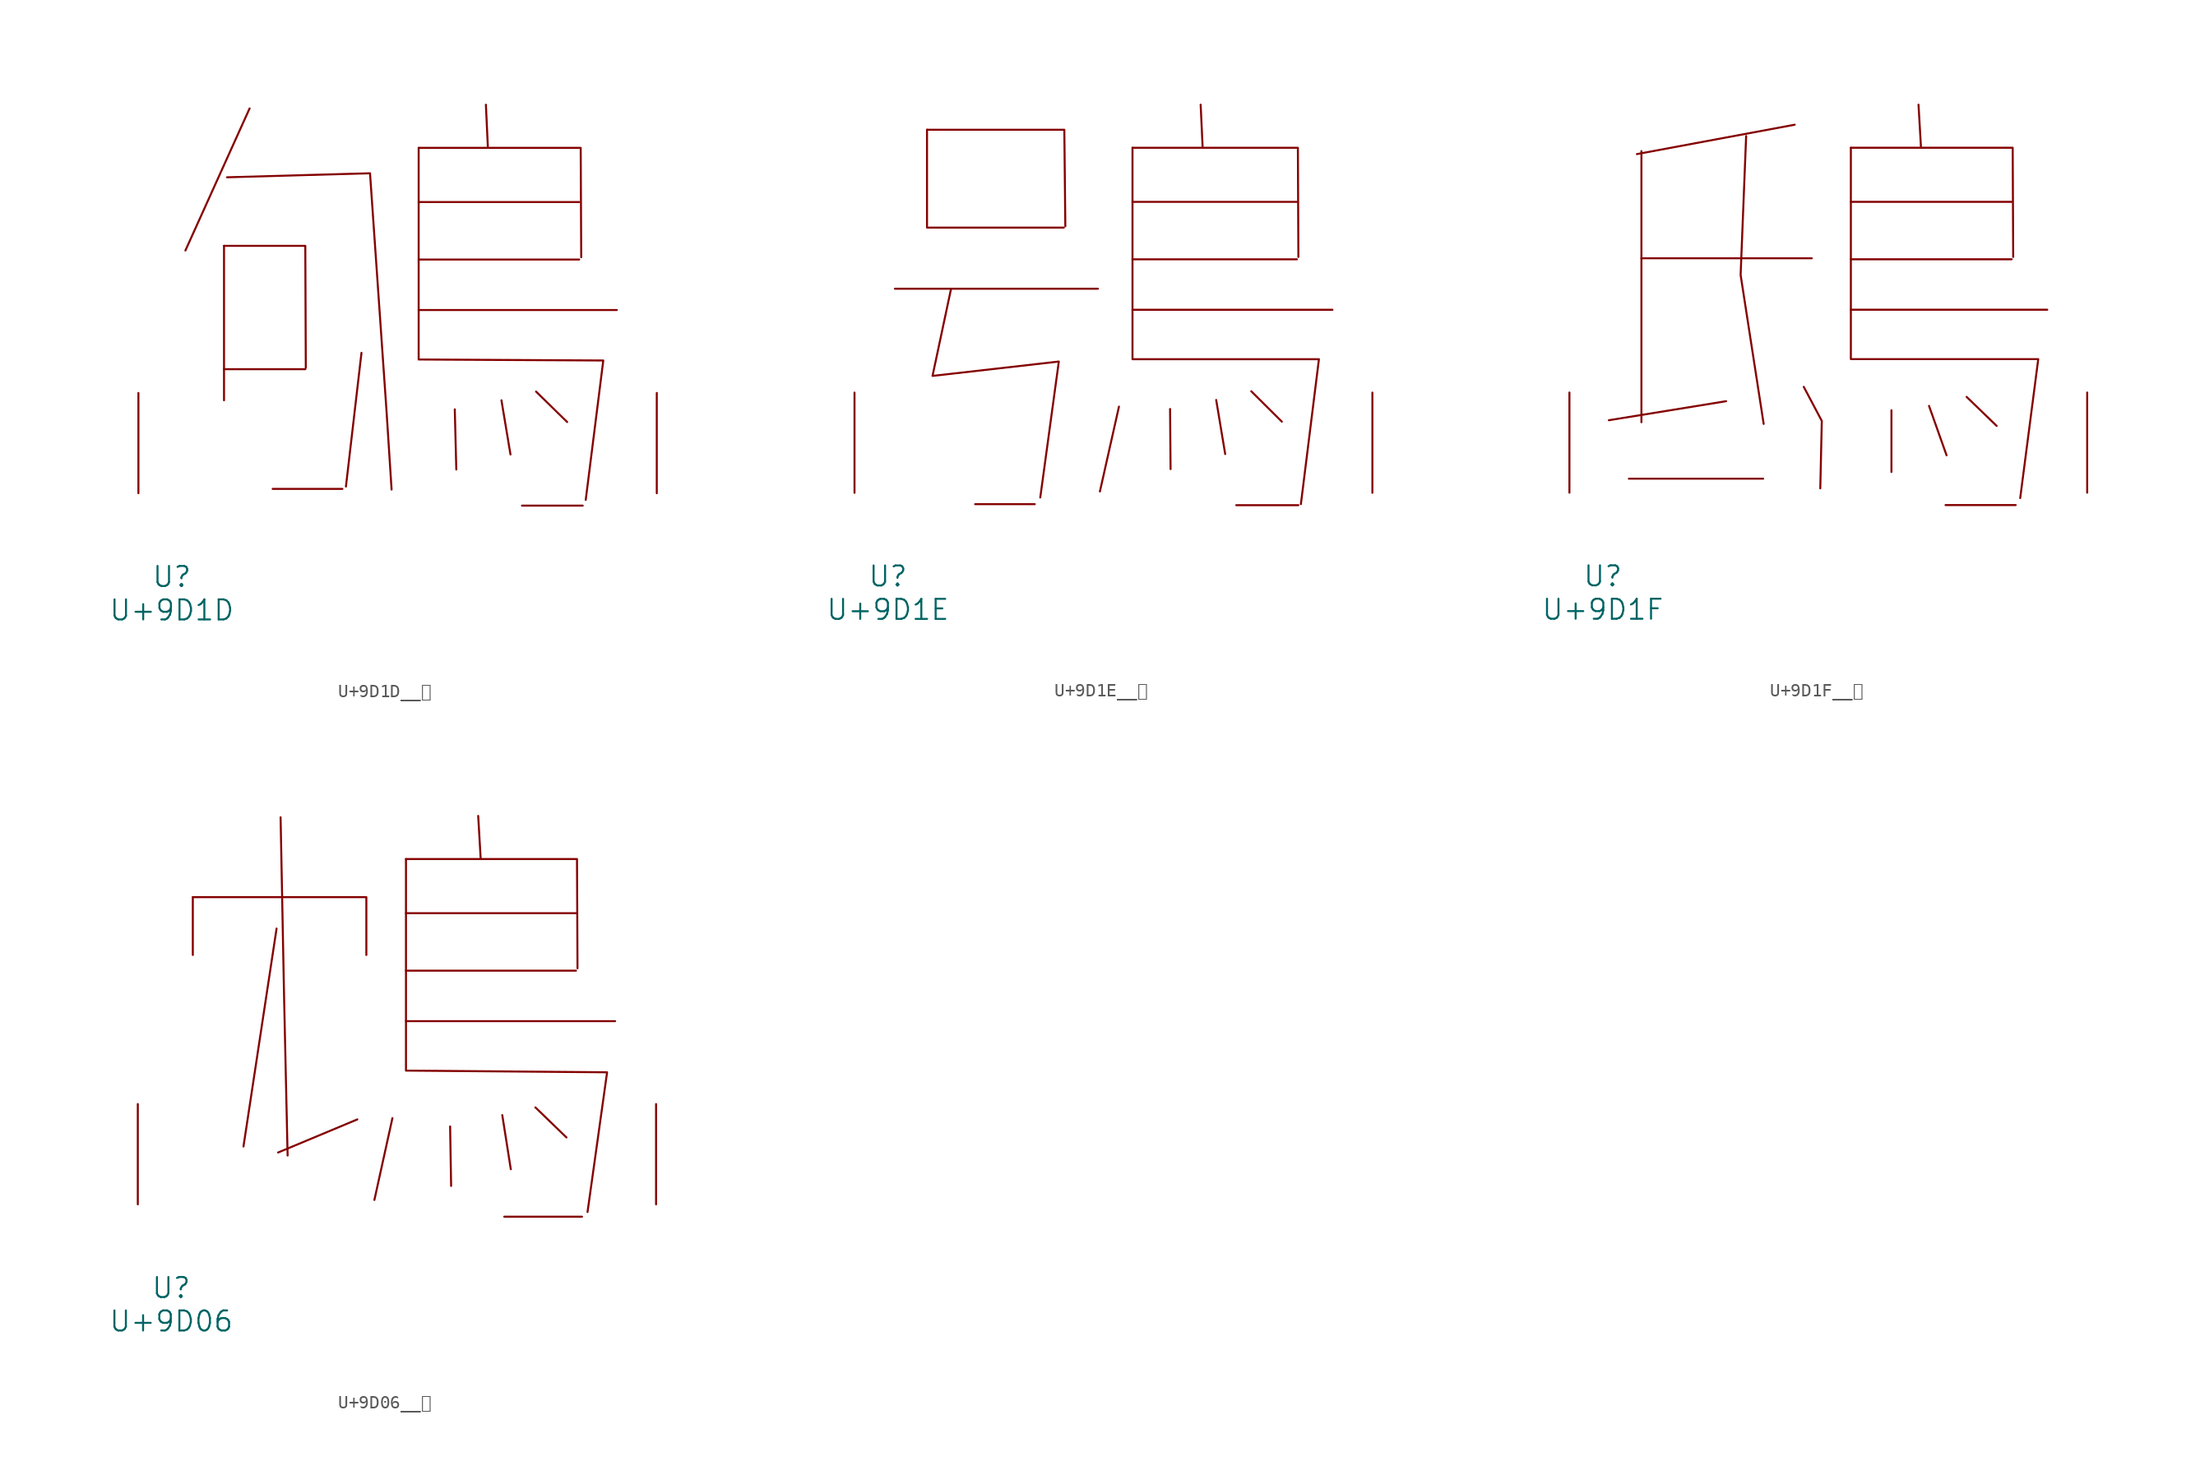
<source format=kicad_sym>
(kicad_symbol_lib
  (version 20231120)
  (generator "kicad_symbol_editor")
  (generator_version "8.0")
  (symbol "U+9D1D__鴝"
    (pin_names
      (offset 1.016))
    (property "Reference" "U"
      (at 0 -6.35 0)
      (effects (font (size 1.524 1.524))))
    (property "Value" "U+9D1D"
      (at 0 -8.89 0)
      (effects (font (size 1.524 1.524))))
    (symbol "U+9D1D__鴝_0_1"
      (polyline (pts (xy 3.962 9.423) (xy 10.135 9.423)) (stroke (width 0) (type solid)) (fill (type none)))
      (polyline (pts (xy 3.962 18.796) (xy 3.962 7.061)) (stroke (width 0) (type solid)) (fill (type none)))
      (polyline (pts (xy 5.905 29.235) (xy 1.029 18.44)) (stroke (width 0) (type solid)) (fill (type none)))
      (polyline (pts (xy 7.658 0.33) (xy 12.954 0.33)) (stroke (width 0) (type solid)) (fill (type none)))
      (polyline (pts (xy 14.402 10.668) (xy 13.221 0.508)) (stroke (width 0) (type solid)) (fill (type none)))
      (polyline (pts (xy 18.745 13.919) (xy 33.795 13.919)) (stroke (width 0) (type solid)) (fill (type none)))
      (polyline (pts (xy 18.745 17.755) (xy 30.937 17.755)) (stroke (width 0) (type solid)) (fill (type none)))
      (polyline (pts (xy 18.745 22.123) (xy 30.937 22.123)) (stroke (width 0) (type solid)) (fill (type none)))
      (polyline (pts (xy 21.488 6.375) (xy 21.603 1.803)) (stroke (width 0) (type solid)) (fill (type none)))
      (polyline (pts (xy 23.851 29.515) (xy 24.003 26.238)) (stroke (width 0) (type solid)) (fill (type none)))
      (polyline (pts (xy 25.032 7.061) (xy 25.718 2.946)) (stroke (width 0) (type solid)) (fill (type none)))
      (polyline (pts (xy 26.594 -0.94) (xy 31.204 -0.94)) (stroke (width 0) (type solid)) (fill (type none)))
      (polyline (pts (xy 27.661 7.722) (xy 30.023 5.41)) (stroke (width 0) (type solid)) (fill (type none)))
      (polyline (pts (xy 3.962 18.796) (xy 10.135 18.796) (xy 10.173 9.525)) (stroke (width 0) (type solid)) (fill (type none)))
      (polyline (pts (xy 18.745 26.238) (xy 31.052 26.238) (xy 31.09 17.932)) (stroke (width 0) (type solid)) (fill (type none)))
      (polyline (pts (xy 4.191 24.003) (xy 15.05 24.308) (xy 16.307 6.198) (xy 16.688 0.279)) (stroke (width 0) (type solid)) (fill (type none)))
      (polyline (pts (xy 18.745 26.238) (xy 18.745 10.16) (xy 32.766 10.084) (xy 31.433 -0.508)) (stroke (width 0) (type solid)) (fill (type none)))
      (pin input line (at -2.54 0 90) (length 7.62) (name "~" (effects (font (size 1.27 1.27)))) (number "~" (effects (font (size 1.27 1.27)))))
      (pin input line (at 36.83 0 90) (length 7.62) (name "~" (effects (font (size 1.27 1.27)))) (number "~" (effects (font (size 1.27 1.27)))))))
  (symbol "U+9D1E__鴞"
    (pin_names
      (offset 1.016))
    (property "Reference" "U"
      (at 0 -6.35 0)
      (effects (font (size 1.524 1.524))))
    (property "Value" "U+9D1E"
      (at 0 -8.89 0)
      (effects (font (size 1.524 1.524))))
    (symbol "U+9D1E__鴞_0_1"
      (polyline (pts (xy 0.533 15.519) (xy 15.964 15.519)) (stroke (width 0) (type solid)) (fill (type none)))
      (polyline (pts (xy 2.972 20.168) (xy 13.373 20.168)) (stroke (width 0) (type solid)) (fill (type none)))
      (polyline (pts (xy 2.972 27.61) (xy 2.972 20.269)) (stroke (width 0) (type solid)) (fill (type none)))
      (polyline (pts (xy 6.629 -0.864) (xy 11.163 -0.864)) (stroke (width 0) (type solid)) (fill (type none)))
      (polyline (pts (xy 17.564 6.553) (xy 16.116 0.102)) (stroke (width 0) (type solid)) (fill (type none)))
      (polyline (pts (xy 18.593 13.919) (xy 33.795 13.919)) (stroke (width 0) (type solid)) (fill (type none)))
      (polyline (pts (xy 18.593 17.755) (xy 31.09 17.755)) (stroke (width 0) (type solid)) (fill (type none)))
      (polyline (pts (xy 18.593 22.123) (xy 31.09 22.123)) (stroke (width 0) (type solid)) (fill (type none)))
      (polyline (pts (xy 21.45 6.375) (xy 21.488 1.803)) (stroke (width 0) (type solid)) (fill (type none)))
      (polyline (pts (xy 23.774 29.515) (xy 23.927 26.238)) (stroke (width 0) (type solid)) (fill (type none)))
      (polyline (pts (xy 24.956 7.061) (xy 25.641 2.946)) (stroke (width 0) (type solid)) (fill (type none)))
      (polyline (pts (xy 26.48 -0.94) (xy 31.204 -0.94)) (stroke (width 0) (type solid)) (fill (type none)))
      (polyline (pts (xy 27.622 7.722) (xy 29.947 5.41)) (stroke (width 0) (type solid)) (fill (type none)))
      (polyline (pts (xy 2.972 27.61) (xy 13.411 27.61) (xy 13.487 20.269)) (stroke (width 0) (type solid)) (fill (type none)))
      (polyline (pts (xy 18.593 26.238) (xy 31.166 26.238) (xy 31.204 17.932)) (stroke (width 0) (type solid)) (fill (type none)))
      (polyline (pts (xy 4.801 15.519) (xy 3.391 8.89) (xy 12.992 9.982) (xy 11.582 -0.356)) (stroke (width 0) (type solid)) (fill (type none)))
      (polyline (pts (xy 18.593 26.238) (xy 18.593 10.16) (xy 32.766 10.16) (xy 31.394 -0.864)) (stroke (width 0) (type solid)) (fill (type none)))
      (pin input line (at -2.54 0 90) (length 7.62) (name "~" (effects (font (size 1.27 1.27)))) (number "~" (effects (font (size 1.27 1.27)))))
      (pin input line (at 36.83 0 90) (length 7.62) (name "~" (effects (font (size 1.27 1.27)))) (number "~" (effects (font (size 1.27 1.27)))))))
  (symbol "U+9D1F__鴟"
    (pin_names
      (offset 1.016))
    (property "Reference" "U"
      (at 0 -6.35 0)
      (effects (font (size 1.524 1.524))))
    (property "Value" "U+9D1F"
      (at 0 -8.89 0)
      (effects (font (size 1.524 1.524))))
    (symbol "U+9D1F__鴟_0_1"
      (polyline (pts (xy 1.981 1.067) (xy 12.192 1.067)) (stroke (width 0) (type solid)) (fill (type none)))
      (polyline (pts (xy 2.934 17.831) (xy 15.888 17.831)) (stroke (width 0) (type solid)) (fill (type none)))
      (polyline (pts (xy 2.934 25.984) (xy 2.934 5.359)) (stroke (width 0) (type solid)) (fill (type none)))
      (polyline (pts (xy 9.373 6.96) (xy 0.457 5.512)) (stroke (width 0) (type solid)) (fill (type none)))
      (polyline (pts (xy 14.592 27.991) (xy 2.591 25.756)) (stroke (width 0) (type solid)) (fill (type none)))
      (polyline (pts (xy 18.86 13.919) (xy 33.795 13.919)) (stroke (width 0) (type solid)) (fill (type none)))
      (polyline (pts (xy 18.86 17.755) (xy 31.09 17.755)) (stroke (width 0) (type solid)) (fill (type none)))
      (polyline (pts (xy 18.86 22.123) (xy 31.09 22.123)) (stroke (width 0) (type solid)) (fill (type none)))
      (polyline (pts (xy 21.946 6.274) (xy 21.946 1.575)) (stroke (width 0) (type solid)) (fill (type none)))
      (polyline (pts (xy 24.003 29.515) (xy 24.194 26.238)) (stroke (width 0) (type solid)) (fill (type none)))
      (polyline (pts (xy 24.803 6.604) (xy 26.137 2.845)) (stroke (width 0) (type solid)) (fill (type none)))
      (polyline (pts (xy 26.06 -0.94) (xy 31.394 -0.94)) (stroke (width 0) (type solid)) (fill (type none)))
      (polyline (pts (xy 27.661 7.29) (xy 29.947 5.08)) (stroke (width 0) (type solid)) (fill (type none)))
      (polyline (pts (xy 10.897 27.127) (xy 10.477 16.561) (xy 12.23 5.232)) (stroke (width 0) (type solid)) (fill (type none)))
      (polyline (pts (xy 15.278 8.052) (xy 16.65 5.461) (xy 16.535 0.33)) (stroke (width 0) (type solid)) (fill (type none)))
      (polyline (pts (xy 18.86 26.238) (xy 31.166 26.238) (xy 31.204 17.932)) (stroke (width 0) (type solid)) (fill (type none)))
      (polyline (pts (xy 18.86 26.238) (xy 18.86 10.16) (xy 33.109 10.16) (xy 31.737 -0.406)) (stroke (width 0) (type solid)) (fill (type none)))
      (pin input line (at -2.54 0 90) (length 7.62) (name "~" (effects (font (size 1.27 1.27)))) (number "~" (effects (font (size 1.27 1.27)))))
      (pin input line (at 36.83 0 90) (length 7.62) (name "~" (effects (font (size 1.27 1.27)))) (number "~" (effects (font (size 1.27 1.27)))))))
  (symbol "U+9D06__鴆"
    (pin_names
      (offset 1.016))
    (property "Reference" "U"
      (at 0 -6.35 0)
      (effects (font (size 1.524 1.524))))
    (property "Value" "U+9D06"
      (at 0 -8.89 0)
      (effects (font (size 1.524 1.524))))
    (symbol "U+9D06__鴆_0_1"
      (polyline (pts (xy 1.638 23.343) (xy 1.638 18.948)) (stroke (width 0) (type solid)) (fill (type none)))
      (polyline (pts (xy 8.001 20.955) (xy 5.486 4.394)) (stroke (width 0) (type solid)) (fill (type none)))
      (polyline (pts (xy 14.135 6.452) (xy 8.115 3.937)) (stroke (width 0) (type solid)) (fill (type none)))
      (polyline (pts (xy 16.802 6.553) (xy 15.431 0.33)) (stroke (width 0) (type solid)) (fill (type none)))
      (polyline (pts (xy 17.831 13.919) (xy 33.718 13.919)) (stroke (width 0) (type solid)) (fill (type none)))
      (polyline (pts (xy 17.831 17.755) (xy 30.747 17.755)) (stroke (width 0) (type solid)) (fill (type none)))
      (polyline (pts (xy 17.831 22.123) (xy 30.747 22.123)) (stroke (width 0) (type solid)) (fill (type none)))
      (polyline (pts (xy 21.184 5.918) (xy 21.26 1.397)) (stroke (width 0) (type solid)) (fill (type none)))
      (polyline (pts (xy 23.317 29.515) (xy 23.508 26.238)) (stroke (width 0) (type solid)) (fill (type none)))
      (polyline (pts (xy 25.146 6.782) (xy 25.794 2.667)) (stroke (width 0) (type solid)) (fill (type none)))
      (polyline (pts (xy 25.298 -0.94) (xy 31.204 -0.94)) (stroke (width 0) (type solid)) (fill (type none)))
      (polyline (pts (xy 27.661 7.366) (xy 30.023 5.08)) (stroke (width 0) (type solid)) (fill (type none)))
      (polyline (pts (xy 1.638 23.343) (xy 14.821 23.343) (xy 14.821 18.948)) (stroke (width 0) (type solid)) (fill (type none)))
      (polyline (pts (xy 8.306 29.413) (xy 8.572 15.697) (xy 8.839 3.708)) (stroke (width 0) (type solid)) (fill (type none)))
      (polyline (pts (xy 17.831 26.238) (xy 30.823 26.238) (xy 30.861 17.932)) (stroke (width 0) (type solid)) (fill (type none)))
      (polyline (pts (xy 17.831 26.238) (xy 17.831 10.16) (xy 33.109 10.033) (xy 31.623 -0.584)) (stroke (width 0) (type solid)) (fill (type none)))
      (pin input line (at -2.54 0 90) (length 7.62) (name "~" (effects (font (size 1.27 1.27)))) (number "~" (effects (font (size 1.27 1.27)))))
      (pin input line (at 36.83 0 90) (length 7.62) (name "~" (effects (font (size 1.27 1.27)))) (number "~" (effects (font (size 1.27 1.27))))))))
</source>
